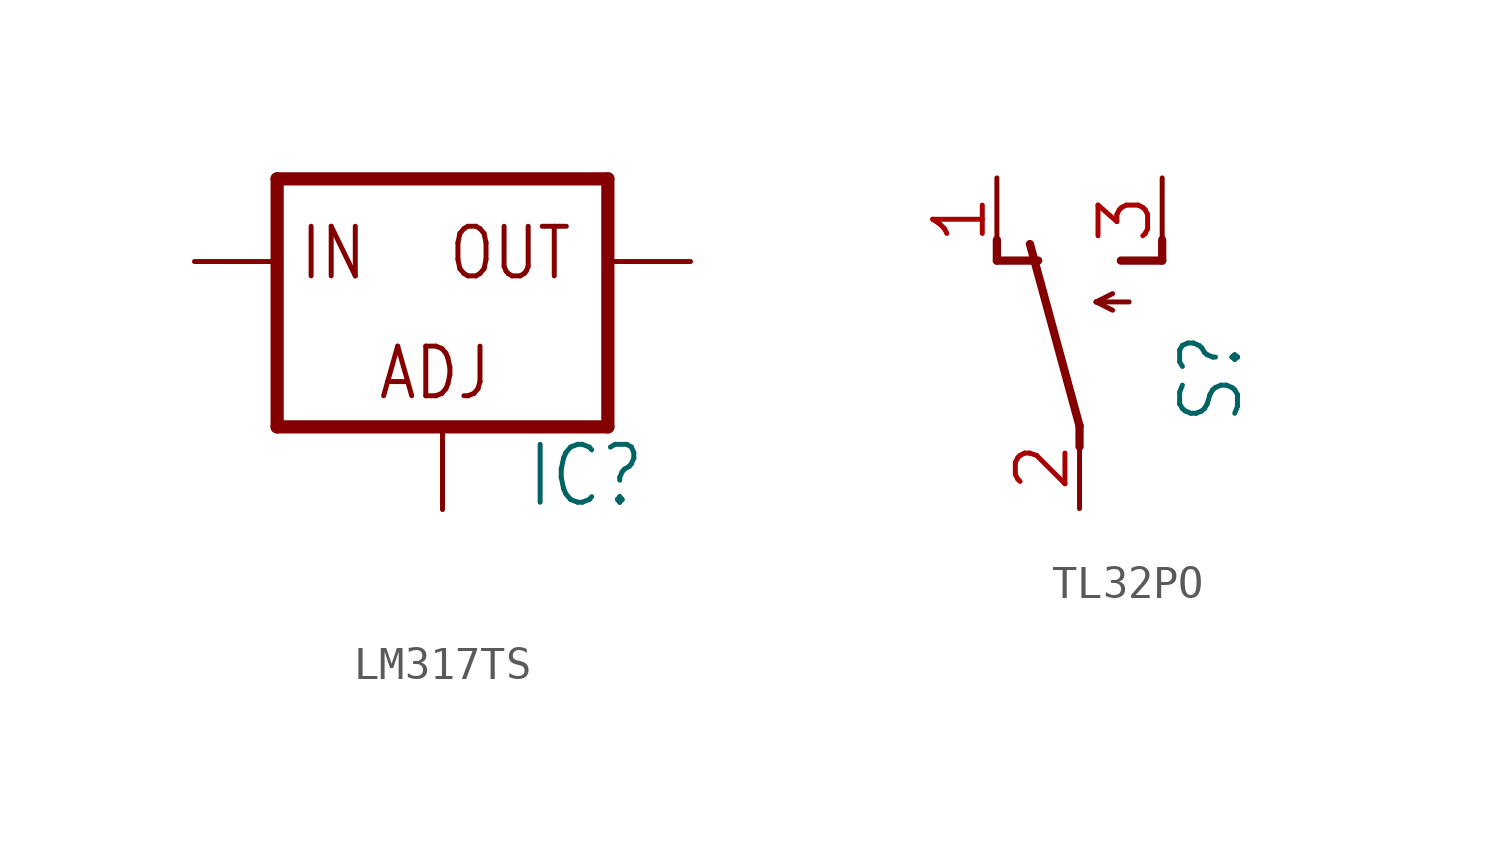
<source format=kicad_sym>
(kicad_symbol_lib
  (version 20241209)
  (generator "kicad_symbol_editor")
  (generator_version "9.0")
  (symbol "LM317TS"
    (property "Reference" "IC"
      (at 2.54 -7.62 0)
      (effects (font (size 1.778 1.511)) (justify left bottom)))
    (property "Value" ""
      (at 2.54 -10.16 0)
      (effects (font (size 1.778 1.511)) (justify left bottom)))
    (property "ki_locked" ""
      (at 0 0 0)
      (effects (font (size 1.27 1.27))))
    (symbol "LM317TS_1_0"
      (polyline (pts (xy -5.08 2.54) (xy -5.08 -5.08)) (stroke (width 0.406) (type solid)) (fill (type none)))
      (polyline (pts (xy -5.08 -5.08) (xy 5.08 -5.08)) (stroke (width 0.406) (type solid)) (fill (type none)))
      (polyline (pts (xy 5.08 2.54) (xy -5.08 2.54)) (stroke (width 0.406) (type solid)) (fill (type none)))
      (polyline (pts (xy 5.08 -5.08) (xy 5.08 2.54)) (stroke (width 0.406) (type solid)) (fill (type none)))
      (text "IN" (at -4.445 -0.635 0) (effects (font (size 1.524 1.295)) (justify left bottom)))
      (text "ADJ" (at -2.032 -4.318 0) (effects (font (size 1.524 1.295)) (justify left bottom)))
      (text "OUT" (at 0.127 -0.635 0) (effects (font (size 1.524 1.295)) (justify left bottom)))
      (pin input line (at -7.62 0 0) (length 2.54) (name "IN" (effects (font (size 0 0)))) (number "3" (effects (font (size 0 0)))))
      (pin input line (at 0 -7.62 90) (length 2.54) (name "ADJ" (effects (font (size 0 0)))) (number "1" (effects (font (size 0 0)))))
      (pin passive line (at 7.62 0 180) (length 2.54) (name "OUT" (effects (font (size 0 0)))) (number "2" (effects (font (size 0 0)))))))
  (symbol "TL32PO"
    (property "Reference" "S"
      (at 5.08 -2.54 90)
      (effects (font (size 1.778 1.511)) (justify left bottom)))
    (property "Value" ""
      (at 7.62 -2.54 90)
      (effects (font (size 1.778 1.511)) (justify left bottom)))
    (property "ki_locked" ""
      (at 0 0 0)
      (effects (font (size 1.27 1.27))))
    (symbol "TL32PO_1_0"
      (polyline (pts (xy -2.54 2.54) (xy -2.54 3.175)) (stroke (width 0.254) (type solid)) (fill (type none)))
      (polyline (pts (xy -2.54 2.54) (xy -1.27 2.54)) (stroke (width 0.254) (type solid)) (fill (type none)))
      (polyline (pts (xy 0 -2.54) (xy -1.524 3.048)) (stroke (width 0.254) (type solid)) (fill (type none)))
      (polyline (pts (xy 0 -3.175) (xy 0 -2.54)) (stroke (width 0.254) (type solid)) (fill (type none)))
      (polyline (pts (xy 0.508 1.27) (xy 1.016 1.524)) (stroke (width 0.152) (type solid)) (fill (type none)))
      (polyline (pts (xy 0.508 1.27) (xy 1.016 1.016)) (stroke (width 0.152) (type solid)) (fill (type none)))
      (polyline (pts (xy 0.508 1.27) (xy 1.524 1.27)) (stroke (width 0.152) (type solid)) (fill (type none)))
      (polyline (pts (xy 1.27 2.54) (xy 2.54 2.54)) (stroke (width 0.254) (type solid)) (fill (type none)))
      (polyline (pts (xy 2.54 2.54) (xy 2.54 3.175)) (stroke (width 0.254) (type solid)) (fill (type none)))
      (pin passive line (at -2.54 5.08 270) (length 2.54) (name "O" (effects (font (size 0 0)))) (number "1" (effects (font (size 1.524 1.524)))))
      (pin passive line (at 0 -5.08 90) (length 2.54) (name "P" (effects (font (size 0 0)))) (number "2" (effects (font (size 1.524 1.524)))))
      (pin passive line (at 2.54 5.08 270) (length 2.54) (name "S" (effects (font (size 0 0)))) (number "3" (effects (font (size 1.524 1.524))))))))
</source>
